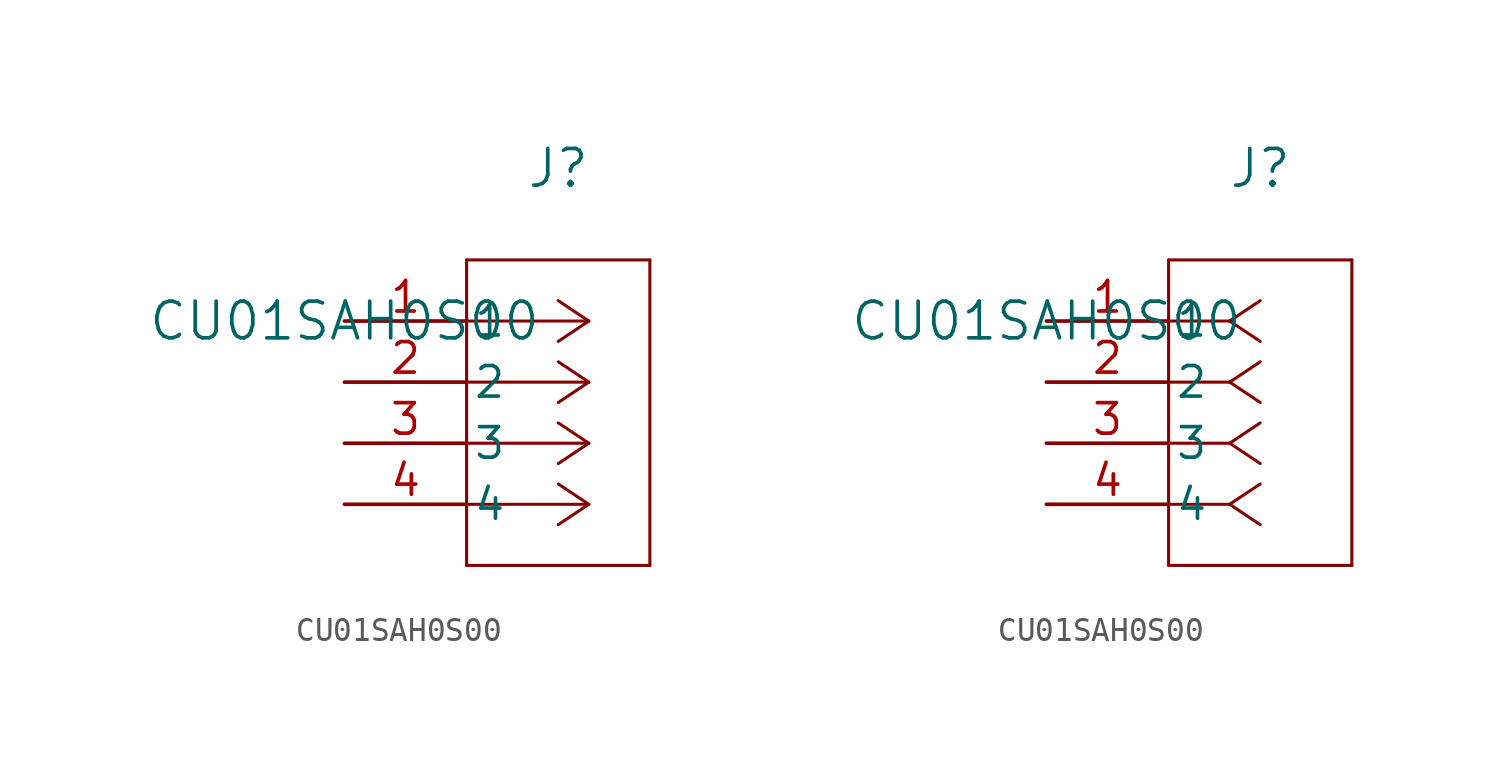
<source format=kicad_sym>
(kicad_symbol_lib
  (version 20211014)
  (generator kicad_symbol_editor)
  (symbol "CU01SAH0S00"
    (pin_names
      (offset 0.254))
    (property "Reference" "J"
      (at 8.89 6.35 0)
      (effects (font (size 1.524 1.524))))
    (property "Value" "CU01SAH0S00"
      (at 0 0 0)
      (effects (font (size 1.524 1.524))))
    (symbol "CU01SAH0S00_1_1"
      (polyline (pts (xy 10.16 0) (xy 5.08 0)) (stroke (width .127) (type default) (color 0 0 0 0)) (fill (type none)))
      (polyline (pts (xy 10.16 -2.54) (xy 5.08 -2.54)) (stroke (width .127) (type default) (color 0 0 0 0)) (fill (type none)))
      (polyline (pts (xy 10.16 -5.08) (xy 5.08 -5.08)) (stroke (width .127) (type default) (color 0 0 0 0)) (fill (type none)))
      (polyline (pts (xy 10.16 -7.62) (xy 5.08 -7.62)) (stroke (width .127) (type default) (color 0 0 0 0)) (fill (type none)))
      (polyline (pts (xy 10.16 0) (xy 8.89 .846666)) (stroke (width .127) (type default) (color 0 0 0 0)) (fill (type none)))
      (polyline (pts (xy 10.16 -2.54) (xy 8.89 -1.693)) (stroke (width .127) (type default) (color 0 0 0 0)) (fill (type none)))
      (polyline (pts (xy 10.16 -5.08) (xy 8.89 -4.233)) (stroke (width .127) (type default) (color 0 0 0 0)) (fill (type none)))
      (polyline (pts (xy 10.16 -7.62) (xy 8.89 -6.773)) (stroke (width .127) (type default) (color 0 0 0 0)) (fill (type none)))
      (polyline (pts (xy 10.16 0) (xy 8.89 -.846666)) (stroke (width .127) (type default) (color 0 0 0 0)) (fill (type none)))
      (polyline (pts (xy 10.16 -2.54) (xy 8.89 -3.387)) (stroke (width .127) (type default) (color 0 0 0 0)) (fill (type none)))
      (polyline (pts (xy 10.16 -5.08) (xy 8.89 -5.927)) (stroke (width .127) (type default) (color 0 0 0 0)) (fill (type none)))
      (polyline (pts (xy 10.16 -7.62) (xy 8.89 -8.467)) (stroke (width .127) (type default) (color 0 0 0 0)) (fill (type none)))
      (polyline (pts (xy 5.08 2.54) (xy 5.08 -10.16)) (stroke (width .127) (type default) (color 0 0 0 0)) (fill (type none)))
      (polyline (pts (xy 5.08 -10.16) (xy 12.7 -10.16)) (stroke (width .127) (type default) (color 0 0 0 0)) (fill (type none)))
      (polyline (pts (xy 12.7 -10.16) (xy 12.7 2.54)) (stroke (width .127) (type default) (color 0 0 0 0)) (fill (type none)))
      (polyline (pts (xy 12.7 2.54) (xy 5.08 2.54)) (stroke (width .127) (type default) (color 0 0 0 0)) (fill (type none)))
      (pin unspecified line (at 0 0 0) (length 5.08) (name "1" (effects (font (size 1.27 1.27)))) (number "1" (effects (font (size 1.27 1.27)))))
      (pin unspecified line (at 0 -2.54 0) (length 5.08) (name "2" (effects (font (size 1.27 1.27)))) (number "2" (effects (font (size 1.27 1.27)))))
      (pin unspecified line (at 0 -5.08 0) (length 5.08) (name "3" (effects (font (size 1.27 1.27)))) (number "3" (effects (font (size 1.27 1.27)))))
      (pin unspecified line (at 0 -7.62 0) (length 5.08) (name "4" (effects (font (size 1.27 1.27)))) (number "4" (effects (font (size 1.27 1.27))))))
    (symbol "CU01SAH0S00_1_2"
      (polyline (pts (xy 7.62 0) (xy 5.08 0)) (stroke (width .127) (type default) (color 0 0 0 0)) (fill (type none)))
      (polyline (pts (xy 7.62 -2.54) (xy 5.08 -2.54)) (stroke (width .127) (type default) (color 0 0 0 0)) (fill (type none)))
      (polyline (pts (xy 7.62 -5.08) (xy 5.08 -5.08)) (stroke (width .127) (type default) (color 0 0 0 0)) (fill (type none)))
      (polyline (pts (xy 7.62 -7.62) (xy 5.08 -7.62)) (stroke (width .127) (type default) (color 0 0 0 0)) (fill (type none)))
      (polyline (pts (xy 7.62 0) (xy 8.89 .846666)) (stroke (width .127) (type default) (color 0 0 0 0)) (fill (type none)))
      (polyline (pts (xy 7.62 -2.54) (xy 8.89 -1.693)) (stroke (width .127) (type default) (color 0 0 0 0)) (fill (type none)))
      (polyline (pts (xy 7.62 -5.08) (xy 8.89 -4.233)) (stroke (width .127) (type default) (color 0 0 0 0)) (fill (type none)))
      (polyline (pts (xy 7.62 -7.62) (xy 8.89 -6.773)) (stroke (width .127) (type default) (color 0 0 0 0)) (fill (type none)))
      (polyline (pts (xy 7.62 0) (xy 8.89 -.846666)) (stroke (width .127) (type default) (color 0 0 0 0)) (fill (type none)))
      (polyline (pts (xy 7.62 -2.54) (xy 8.89 -3.387)) (stroke (width .127) (type default) (color 0 0 0 0)) (fill (type none)))
      (polyline (pts (xy 7.62 -5.08) (xy 8.89 -5.927)) (stroke (width .127) (type default) (color 0 0 0 0)) (fill (type none)))
      (polyline (pts (xy 7.62 -7.62) (xy 8.89 -8.467)) (stroke (width .127) (type default) (color 0 0 0 0)) (fill (type none)))
      (polyline (pts (xy 5.08 2.54) (xy 5.08 -10.16)) (stroke (width .127) (type default) (color 0 0 0 0)) (fill (type none)))
      (polyline (pts (xy 5.08 -10.16) (xy 12.7 -10.16)) (stroke (width .127) (type default) (color 0 0 0 0)) (fill (type none)))
      (polyline (pts (xy 12.7 -10.16) (xy 12.7 2.54)) (stroke (width .127) (type default) (color 0 0 0 0)) (fill (type none)))
      (polyline (pts (xy 12.7 2.54) (xy 5.08 2.54)) (stroke (width .127) (type default) (color 0 0 0 0)) (fill (type none)))
      (pin unspecified line (at 0 0 0) (length 5.08) (name "1" (effects (font (size 1.27 1.27)))) (number "1" (effects (font (size 1.27 1.27)))))
      (pin unspecified line (at 0 -2.54 0) (length 5.08) (name "2" (effects (font (size 1.27 1.27)))) (number "2" (effects (font (size 1.27 1.27)))))
      (pin unspecified line (at 0 -5.08 0) (length 5.08) (name "3" (effects (font (size 1.27 1.27)))) (number "3" (effects (font (size 1.27 1.27)))))
      (pin unspecified line (at 0 -7.62 0) (length 5.08) (name "4" (effects (font (size 1.27 1.27)))) (number "4" (effects (font (size 1.27 1.27))))))))
</source>
